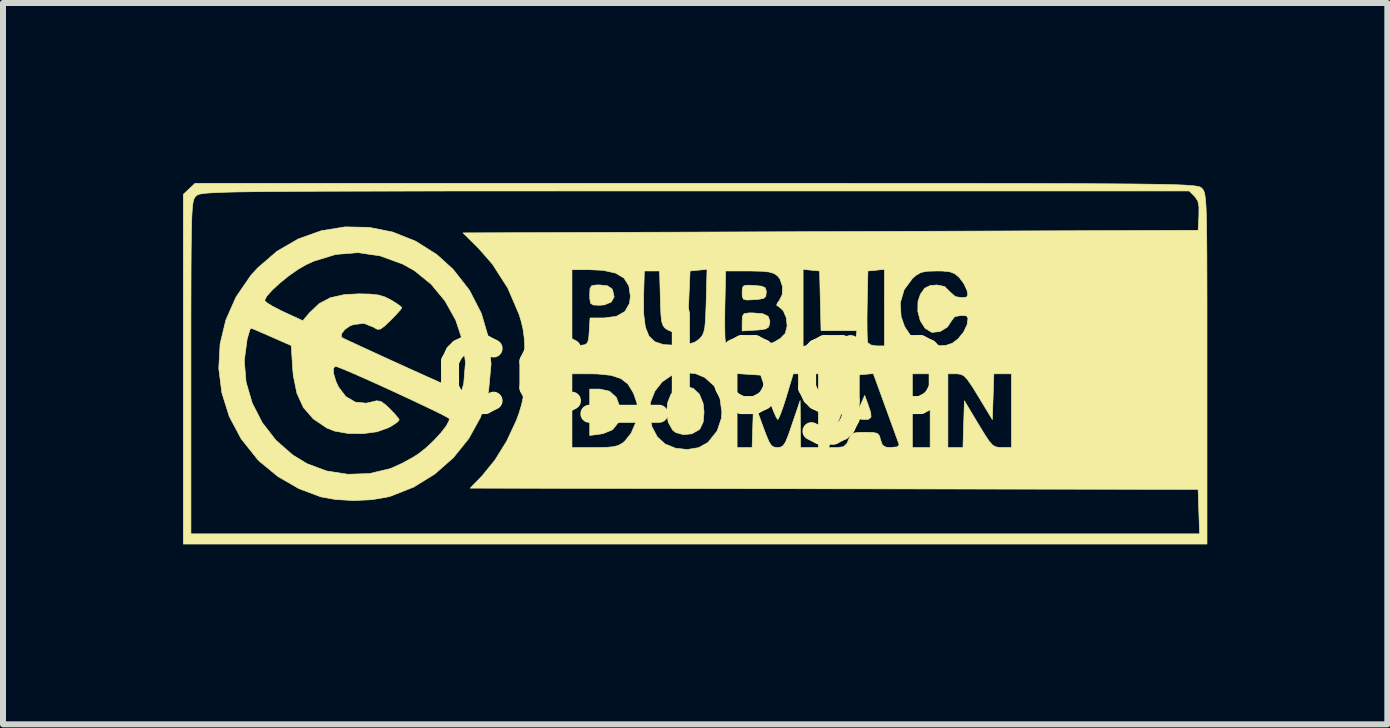
<source format=kicad_pcb>
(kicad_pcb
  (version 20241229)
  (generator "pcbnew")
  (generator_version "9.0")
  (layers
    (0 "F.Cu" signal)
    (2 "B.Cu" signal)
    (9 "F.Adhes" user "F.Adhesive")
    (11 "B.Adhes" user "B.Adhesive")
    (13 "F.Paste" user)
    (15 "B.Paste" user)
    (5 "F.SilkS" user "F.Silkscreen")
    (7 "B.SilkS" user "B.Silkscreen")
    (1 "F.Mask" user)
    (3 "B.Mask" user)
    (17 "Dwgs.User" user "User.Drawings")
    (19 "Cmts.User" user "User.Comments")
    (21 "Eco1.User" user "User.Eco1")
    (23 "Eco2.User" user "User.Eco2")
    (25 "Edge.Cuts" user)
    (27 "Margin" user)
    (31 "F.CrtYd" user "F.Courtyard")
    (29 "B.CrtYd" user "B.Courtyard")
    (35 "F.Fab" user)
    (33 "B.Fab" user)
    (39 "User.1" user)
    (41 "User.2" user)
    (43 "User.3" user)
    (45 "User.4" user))
  (footprint "cc_logo"
    (layer "F.Cu")
    (at 8.514 3.011)
    (property "Reference" "cc_logo" (at 0 0 0) (layer "F.SilkS") (effects (font (size 1.524 1.524) (thickness 0.3))))
    (attr through_hole)
    (fp_poly (pts (xy -1.407 0.459) (xy -1.293 0.561) (xy -1.234 0.72) (xy -1.228 0.805) (xy -1.259 0.98) (xy -1.355 1.1) (xy -1.515 1.166) (xy -1.556 1.172) (xy -1.736 1.196) (xy -1.736 0.423) (xy -1.569 0.423) (xy -1.407 0.459)) (stroke (width 0.01) (type solid)) (fill yes) (layer "F.SilkS"))
    (fp_poly (pts (xy 2.901 0.677) (xy 2.947 0.814) (xy 2.952 0.891) (xy 2.912 0.925) (xy 2.836 0.931) (xy 2.747 0.919) (xy 2.709 0.888) (xy 2.709 0.888) (xy 2.725 0.823) (xy 2.764 0.718) (xy 2.777 0.687) (xy 2.846 0.529) (xy 2.901 0.677)) (stroke (width 0.01) (type solid)) (fill yes) (layer "F.SilkS"))
    (fp_poly (pts (xy 1.146 -0.833) (xy 1.236 -0.79) (xy 1.266 -0.712) (xy 1.263 -0.673) (xy 1.245 -0.612) (xy 1.198 -0.58) (xy 1.1 -0.564) (xy 1.027 -0.559) (xy 0.804 -0.546) (xy 0.804 -0.696) (xy 0.809 -0.791) (xy 0.838 -0.834) (xy 0.915 -0.846) (xy 0.984 -0.846) (xy 1.146 -0.833)) (stroke (width 0.01) (type solid)) (fill yes) (layer "F.SilkS"))
    (fp_poly (pts (xy -1.44 -1.298) (xy -1.368 -1.249) (xy -1.355 -1.228) (xy -1.329 -1.114) (xy -1.377 -1.028) (xy -1.49 -0.98) (xy -1.568 -0.974) (xy -1.675 -0.978) (xy -1.723 -1.007) (xy -1.735 -1.084) (xy -1.736 -1.143) (xy -1.732 -1.251) (xy -1.703 -1.3) (xy -1.626 -1.312) (xy -1.568 -1.312) (xy -1.44 -1.298)) (stroke (width 0.01) (type solid)) (fill yes) (layer "F.SilkS"))
    (fp_poly (pts (xy 1.005 -1.304) (xy 1.127 -1.292) (xy 1.187 -1.267) (xy 1.205 -1.217) (xy 1.206 -1.185) (xy 1.198 -1.121) (xy 1.158 -1.087) (xy 1.065 -1.071) (xy 1.005 -1.067) (xy 0.884 -1.061) (xy 0.825 -1.075) (xy 0.806 -1.122) (xy 0.804 -1.185) (xy 0.808 -1.264) (xy 0.835 -1.301) (xy 0.908 -1.309) (xy 1.005 -1.304)) (stroke (width 0.01) (type solid)) (fill yes) (layer "F.SilkS"))
    (fp_poly (pts (xy -0.011 0.411) (xy 0.092 0.509) (xy 0.155 0.666) (xy 0.169 0.81) (xy 0.155 0.971) (xy 0.106 1.077) (xy 0.085 1.101) (xy -0.032 1.168) (xy -0.173 1.183) (xy -0.303 1.147) (xy -0.355 1.106) (xy -0.427 0.976) (xy -0.454 0.815) (xy -0.438 0.65) (xy -0.382 0.509) (xy -0.293 0.422) (xy -0.143 0.379) (xy -0.011 0.411)) (stroke (width 0.01) (type solid)) (fill yes) (layer "F.SilkS"))
    (fp_poly (pts (xy -5.412 -2.272) (xy -5.017 -2.193) (xy -4.638 -2.042) (xy -4.286 -1.82) (xy -4.011 -1.571) (xy -3.739 -1.222) (xy -3.542 -0.838) (xy -3.421 -0.426) (xy -3.38 0.005) (xy -3.421 0.448) (xy -3.434 0.516) (xy -3.556 0.894) (xy -3.752 1.248) (xy -4.009 1.567) (xy -4.319 1.84) (xy -4.671 2.057) (xy -5.054 2.208) (xy -5.103 2.221) (xy -5.369 2.267) (xy -5.673 2.281) (xy -5.974 2.263) (xy -6.218 2.219) (xy -6.582 2.083) (xy -6.931 1.881) (xy -7.236 1.631) (xy -7.273 1.593) (xy -7.545 1.252) (xy -7.743 0.88) (xy -7.867 0.485) (xy -7.918 0.079) (xy -7.911 -0.05) (xy -7.493 -0.05) (xy -7.463 0.307) (xy -7.361 0.655) (xy -7.194 0.982) (xy -6.967 1.275) (xy -6.686 1.521) (xy -6.446 1.667) (xy -6.121 1.788) (xy -5.766 1.843) (xy -5.406 1.831) (xy -5.065 1.75) (xy -5.039 1.74) (xy -4.868 1.663) (xy -4.683 1.562) (xy -4.587 1.501) (xy -4.46 1.4) (xy -4.331 1.278) (xy -4.214 1.151) (xy -4.125 1.035) (xy -4.079 0.947) (xy -4.076 0.916) (xy -4.116 0.89) (xy -4.221 0.835) (xy -4.377 0.759) (xy -4.572 0.666) (xy -4.793 0.562) (xy -5.026 0.454) (xy -5.26 0.347) (xy -5.481 0.248) (xy -5.676 0.162) (xy -5.833 0.095) (xy -5.938 0.054) (xy -5.976 0.042) (xy -6.008 0.077) (xy -6.004 0.166) (xy -5.967 0.291) (xy -5.924 0.386) (xy -5.802 0.547) (xy -5.643 0.64) (xy -5.462 0.658) (xy -5.379 0.64) (xy -5.287 0.618) (xy -5.219 0.628) (xy -5.144 0.68) (xy -5.07 0.75) (xy -4.98 0.844) (xy -4.922 0.915) (xy -4.911 0.939) (xy -4.945 0.976) (xy -5.032 1.034) (xy -5.091 1.067) (xy -5.283 1.135) (xy -5.518 1.166) (xy -5.764 1.162) (xy -5.988 1.123) (xy -6.117 1.072) (xy -6.343 0.919) (xy -6.508 0.73) (xy -6.616 0.493) (xy -6.676 0.198) (xy -6.687 0.071) (xy -6.71 -0.302) (xy -7.04 -0.447) (xy -7.191 -0.513) (xy -7.309 -0.564) (xy -7.376 -0.59) (xy -7.384 -0.593) (xy -7.402 -0.556) (xy -7.43 -0.462) (xy -7.446 -0.405) (xy -7.493 -0.05) (xy -7.911 -0.05) (xy -7.896 -0.329) (xy -7.8 -0.729) (xy -7.656 -1.054) (xy -7.154 -1.054) (xy -7.119 -1.017) (xy -7.023 -0.958) (xy -6.886 -0.887) (xy -6.836 -0.863) (xy -6.517 -0.716) (xy -6.407 -0.847) (xy -6.246 -1) (xy -6.059 -1.099) (xy -5.827 -1.151) (xy -5.588 -1.164) (xy -5.395 -1.16) (xy -5.259 -1.145) (xy -5.151 -1.113) (xy -5.048 -1.061) (xy -4.944 -0.997) (xy -4.879 -0.947) (xy -4.868 -0.932) (xy -4.896 -0.891) (xy -4.969 -0.811) (xy -5.055 -0.723) (xy -5.159 -0.624) (xy -5.225 -0.577) (xy -5.275 -0.572) (xy -5.329 -0.602) (xy -5.34 -0.609) (xy -5.498 -0.672) (xy -5.673 -0.652) (xy -5.732 -0.629) (xy -5.816 -0.572) (xy -5.87 -0.501) (xy -5.875 -0.443) (xy -5.871 -0.439) (xy -5.83 -0.417) (xy -5.724 -0.367) (xy -5.566 -0.294) (xy -5.369 -0.203) (xy -5.145 -0.1) (xy -4.907 0.008) (xy -4.667 0.117) (xy -4.439 0.22) (xy -4.235 0.311) (xy -4.067 0.386) (xy -3.949 0.438) (xy -3.892 0.461) (xy -3.889 0.462) (xy -3.864 0.428) (xy -3.838 0.341) (xy -3.836 0.333) (xy -3.807 -0.022) (xy -3.854 -0.379) (xy -3.969 -0.725) (xy -4.147 -1.045) (xy -4.379 -1.325) (xy -4.659 -1.552) (xy -4.85 -1.659) (xy -5.229 -1.797) (xy -5.6 -1.851) (xy -5.968 -1.821) (xy -6.337 -1.708) (xy -6.463 -1.65) (xy -6.601 -1.57) (xy -6.752 -1.464) (xy -6.899 -1.345) (xy -7.026 -1.228) (xy -7.117 -1.127) (xy -7.154 -1.057) (xy -7.154 -1.054) (xy -7.656 -1.054) (xy -7.63 -1.112) (xy -7.387 -1.466) (xy -7.273 -1.593) (xy -6.949 -1.873) (xy -6.591 -2.08) (xy -6.209 -2.216) (xy -5.812 -2.28) (xy -5.412 -2.272)) (stroke (width 0.01) (type solid)) (fill yes) (layer "F.SilkS"))
    (fp_poly (pts (xy 1.022 -3.006) (xy 1.929 -3.006) (xy 2.758 -3.005) (xy 3.513 -3.005) (xy 4.198 -3.005) (xy 4.815 -3.004) (xy 5.369 -3.004) (xy 5.863 -3.002) (xy 6.3 -3.001) (xy 6.684 -2.999) (xy 7.019 -2.997) (xy 7.307 -2.995) (xy 7.554 -2.992) (xy 7.761 -2.989) (xy 7.933 -2.985) (xy 8.073 -2.981) (xy 8.184 -2.976) (xy 8.271 -2.97) (xy 8.336 -2.964) (xy 8.384 -2.957) (xy 8.417 -2.95) (xy 8.439 -2.942) (xy 8.454 -2.933) (xy 8.465 -2.923) (xy 8.467 -2.921) (xy 8.483 -2.903) (xy 8.497 -2.879) (xy 8.509 -2.844) (xy 8.519 -2.792) (xy 8.528 -2.716) (xy 8.535 -2.611) (xy 8.54 -2.47) (xy 8.544 -2.287) (xy 8.547 -2.057) (xy 8.549 -1.773) (xy 8.55 -1.429) (xy 8.551 -1.019) (xy 8.551 -0.537) (xy 8.551 0.023) (xy 8.551 3.006) (xy -8.509 3.006) (xy -8.509 0.064) (xy -8.382 0.064) (xy -8.382 2.836) (xy 8.428 2.836) (xy 8.415 2.466) (xy 8.403 2.095) (xy 2.338 2.085) (xy -3.728 2.074) (xy -3.533 1.873) (xy -3.316 1.607) (xy -3.118 1.287) (xy -2.958 0.944) (xy -2.915 0.826) (xy -2.87 0.678) (xy -2.841 0.538) (xy -2.824 0.379) (xy -2.816 0.178) (xy -2.816 0.169) (xy -2.032 0.169) (xy -2.032 1.397) (xy -1.654 1.397) (xy -1.468 1.395) (xy -1.343 1.384) (xy -1.258 1.362) (xy -1.189 1.322) (xy -1.154 1.294) (xy -1.047 1.16) (xy -0.968 0.979) (xy -0.943 0.843) (xy -0.742 0.843) (xy -0.699 1.051) (xy -0.609 1.221) (xy -0.48 1.338) (xy -0.304 1.409) (xy -0.109 1.43) (xy 0.078 1.399) (xy 0.082 1.397) (xy 0.72 1.397) (xy 0.97 1.397) (xy 0.995 0.614) (xy 1.136 1.005) (xy 1.203 1.186) (xy 1.252 1.3) (xy 1.293 1.364) (xy 1.337 1.391) (xy 1.392 1.397) (xy 1.446 1.391) (xy 1.489 1.364) (xy 1.529 1.302) (xy 1.575 1.188) (xy 1.637 1.008) (xy 1.638 1.005) (xy 1.771 0.614) (xy 1.778 1.397) (xy 2.074 1.397) (xy 2.246 1.397) (xy 2.389 1.397) (xy 2.494 1.384) (xy 2.551 1.33) (xy 2.576 1.27) (xy 2.608 1.197) (xy 2.653 1.159) (xy 2.738 1.145) (xy 2.852 1.143) (xy 2.986 1.146) (xy 3.058 1.162) (xy 3.093 1.203) (xy 3.111 1.27) (xy 3.142 1.356) (xy 3.2 1.391) (xy 3.289 1.397) (xy 3.394 1.385) (xy 3.42 1.349) (xy 3.419 1.344) (xy 3.398 1.287) (xy 3.354 1.166) (xy 3.293 0.997) (xy 3.22 0.797) (xy 3.195 0.728) (xy 2.992 0.169) (xy 3.641 0.169) (xy 3.641 1.397) (xy 3.937 1.397) (xy 3.937 0.169) (xy 4.233 0.169) (xy 4.233 1.397) (xy 4.484 1.397) (xy 4.496 1.007) (xy 4.508 0.618) (xy 4.741 1.007) (xy 4.846 1.179) (xy 4.92 1.291) (xy 4.977 1.356) (xy 5.031 1.386) (xy 5.093 1.396) (xy 5.133 1.396) (xy 5.292 1.397) (xy 5.292 0.169) (xy 4.999 0.169) (xy 4.974 0.931) (xy 4.743 0.55) (xy 4.638 0.379) (xy 4.562 0.269) (xy 4.504 0.206) (xy 4.45 0.177) (xy 4.388 0.169) (xy 4.373 0.169) (xy 4.233 0.169) (xy 3.937 0.169) (xy 3.641 0.169) (xy 2.992 0.169) (xy 2.99 0.165) (xy 2.843 0.178) (xy 2.795 0.181) (xy 2.757 0.187) (xy 2.724 0.206) (xy 2.691 0.248) (xy 2.653 0.322) (xy 2.604 0.438) (xy 2.539 0.606) (xy 2.454 0.836) (xy 2.368 1.069) (xy 2.246 1.397) (xy 2.074 1.397) (xy 2.074 0.169) (xy 1.655 0.169) (xy 1.541 0.55) (xy 1.488 0.715) (xy 1.442 0.844) (xy 1.408 0.919) (xy 1.398 0.931) (xy 1.372 0.894) (xy 1.328 0.794) (xy 1.272 0.649) (xy 1.241 0.561) (xy 1.113 0.191) (xy 0.916 0.178) (xy 0.72 0.165) (xy 0.72 1.397) (xy 0.082 1.397) (xy 0.232 1.314) (xy 0.238 1.308) (xy 0.388 1.12) (xy 0.459 0.908) (xy 0.466 0.809) (xy 0.433 0.564) (xy 0.336 0.368) (xy 0.18 0.229) (xy 0.026 0.165) (xy -0.185 0.145) (xy -0.373 0.196) (xy -0.53 0.304) (xy -0.65 0.457) (xy -0.723 0.641) (xy -0.742 0.843) (xy -0.943 0.843) (xy -0.933 0.788) (xy -0.932 0.757) (xy -0.95 0.657) (xy -0.994 0.525) (xy -1.016 0.475) (xy -1.1 0.339) (xy -1.216 0.248) (xy -1.38 0.194) (xy -1.606 0.171) (xy -1.713 0.169) (xy -2.032 0.169) (xy -2.816 0.169) (xy -2.815 0) (xy -2.818 -0.245) (xy -2.828 -0.431) (xy -2.848 -0.581) (xy -2.882 -0.721) (xy -2.915 -0.826) (xy -3.102 -1.261) (xy -3.298 -1.566) (xy -2.032 -1.566) (xy -2.032 -0.291) (xy -2.007 -0.293) (xy 1.82 -0.293) (xy 2.254 -0.305) (xy 2.688 -0.318) (xy 2.702 -0.434) (xy 2.715 -0.55) (xy 2.119 -0.55) (xy 2.114 -0.761) (xy 2.885 -0.761) (xy 2.886 -0.575) (xy 2.889 -0.435) (xy 2.895 -0.358) (xy 2.897 -0.351) (xy 2.95 -0.312) (xy 3.047 -0.296) (xy 3.175 -0.296) (xy 3.175 -1.016) (xy 3.44 -1.016) (xy 3.453 -0.785) (xy 3.512 -0.617) (xy 3.627 -0.446) (xy 3.78 -0.343) (xy 3.985 -0.3) (xy 4.053 -0.297) (xy 4.202 -0.306) (xy 4.307 -0.341) (xy 4.402 -0.413) (xy 4.493 -0.524) (xy 4.552 -0.647) (xy 4.556 -0.667) (xy 4.568 -0.76) (xy 4.541 -0.798) (xy 4.454 -0.804) (xy 4.453 -0.804) (xy 4.346 -0.784) (xy 4.296 -0.719) (xy 4.224 -0.61) (xy 4.105 -0.537) (xy 3.976 -0.522) (xy 3.959 -0.525) (xy 3.852 -0.592) (xy 3.773 -0.716) (xy 3.732 -0.871) (xy 3.734 -1.035) (xy 3.774 -1.156) (xy 3.845 -1.257) (xy 3.937 -1.302) (xy 4.052 -1.312) (xy 4.178 -1.286) (xy 4.258 -1.206) (xy 4.355 -1.119) (xy 4.454 -1.101) (xy 4.542 -1.108) (xy 4.565 -1.148) (xy 4.553 -1.217) (xy 4.502 -1.33) (xy 4.421 -1.439) (xy 4.42 -1.439) (xy 4.349 -1.499) (xy 4.267 -1.531) (xy 4.146 -1.544) (xy 4.045 -1.545) (xy 3.889 -1.541) (xy 3.787 -1.521) (xy 3.708 -1.477) (xy 3.643 -1.421) (xy 3.504 -1.233) (xy 3.44 -1.016) (xy 3.175 -1.016) (xy 3.175 -1.572) (xy 3.037 -1.558) (xy 2.9 -1.545) (xy 2.888 -0.976) (xy 2.885 -0.761) (xy 2.114 -0.761) (xy 2.107 -1.048) (xy 2.095 -1.545) (xy 1.958 -1.558) (xy 1.82 -1.572) (xy 1.82 -0.293) (xy -2.007 -0.293) (xy -1.894 -0.304) (xy -1.814 -0.317) (xy -1.772 -0.349) (xy -1.753 -0.423) (xy -1.744 -0.54) (xy -1.731 -0.762) (xy -1.499 -0.762) (xy -1.292 -0.789) (xy -1.15 -0.87) (xy -1.073 -1.004) (xy -1.06 -1.11) (xy -0.838 -1.11) (xy -0.836 -0.823) (xy -0.809 -0.61) (xy -0.749 -0.46) (xy -0.651 -0.366) (xy -0.507 -0.318) (xy -0.312 -0.308) (xy -0.264 -0.31) (xy -0.096 -0.325) (xy 0.014 -0.357) (xy 0.093 -0.413) (xy 0.096 -0.416) (xy 0.136 -0.463) (xy 0.163 -0.52) (xy 0.182 -0.605) (xy 0.193 -0.733) (xy 0.194 -0.761) (xy 0.514 -0.761) (xy 0.515 -0.575) (xy 0.518 -0.435) (xy 0.525 -0.358) (xy 0.527 -0.351) (xy 0.579 -0.321) (xy 0.692 -0.302) (xy 0.843 -0.296) (xy 1.01 -0.301) (xy 1.17 -0.317) (xy 1.299 -0.345) (xy 1.331 -0.356) (xy 1.442 -0.422) (xy 1.52 -0.502) (xy 1.524 -0.509) (xy 1.554 -0.63) (xy 1.54 -0.766) (xy 1.49 -0.882) (xy 1.437 -0.933) (xy 1.379 -0.974) (xy 1.395 -1.019) (xy 1.417 -1.042) (xy 1.472 -1.15) (xy 1.477 -1.287) (xy 1.433 -1.414) (xy 1.393 -1.464) (xy 1.335 -1.504) (xy 1.253 -1.528) (xy 1.129 -1.541) (xy 0.942 -1.545) (xy 0.917 -1.545) (xy 0.529 -1.545) (xy 0.517 -0.976) (xy 0.514 -0.761) (xy 0.194 -0.761) (xy 0.201 -0.921) (xy 0.205 -1.041) (xy 0.219 -1.572) (xy 0.078 -1.559) (xy -0.064 -1.545) (xy -0.085 -1.059) (xy -0.094 -0.85) (xy -0.105 -0.711) (xy -0.119 -0.624) (xy -0.143 -0.576) (xy -0.178 -0.549) (xy -0.219 -0.534) (xy -0.334 -0.518) (xy -0.44 -0.565) (xy -0.488 -0.6) (xy -0.519 -0.645) (xy -0.539 -0.714) (xy -0.55 -0.827) (xy -0.557 -1.001) (xy -0.559 -1.09) (xy -0.572 -1.545) (xy -0.826 -1.545) (xy -0.838 -1.11) (xy -1.06 -1.11) (xy -1.058 -1.123) (xy -1.084 -1.298) (xy -1.164 -1.426) (xy -1.305 -1.51) (xy -1.514 -1.556) (xy -1.734 -1.566) (xy -2.032 -1.566) (xy -3.298 -1.566) (xy -3.355 -1.656) (xy -3.591 -1.926) (xy -3.847 -2.18) (xy 2.278 -2.201) (xy 8.403 -2.223) (xy 8.416 -2.464) (xy 8.417 -2.615) (xy 8.398 -2.712) (xy 8.351 -2.782) (xy 8.342 -2.792) (xy 8.255 -2.879) (xy 0.021 -2.879) (xy -0.96 -2.879) (xy -1.86 -2.879) (xy -2.682 -2.878) (xy -3.43 -2.878) (xy -4.108 -2.878) (xy -4.718 -2.877) (xy -5.266 -2.876) (xy -5.753 -2.875) (xy -6.184 -2.874) (xy -6.562 -2.872) (xy -6.891 -2.87) (xy -7.175 -2.868) (xy -7.416 -2.865) (xy -7.618 -2.862) (xy -7.786 -2.858) (xy -7.921 -2.853) (xy -8.029 -2.848) (xy -8.113 -2.843) (xy -8.175 -2.836) (xy -8.22 -2.829) (xy -8.251 -2.822) (xy -8.272 -2.813) (xy -8.287 -2.804) (xy -8.297 -2.794) (xy -8.314 -2.775) (xy -8.329 -2.751) (xy -8.341 -2.715) (xy -8.351 -2.661) (xy -8.359 -2.584) (xy -8.366 -2.475) (xy -8.371 -2.33) (xy -8.375 -2.143) (xy -8.378 -1.906) (xy -8.38 -1.614) (xy -8.381 -1.261) (xy -8.382 -0.84) (xy -8.382 -0.345) (xy -8.382 0.064) (xy -8.509 0.064) (xy -8.509 -2.822) (xy -8.411 -2.914) (xy -8.313 -3.006) (xy 0.034 -3.006) (xy 1.022 -3.006)) (stroke (width 0.01) (type solid)) (fill yes) (layer "F.SilkS")))
  (gr_rect
    (start -3 -3)
    (end 20.07 9.021)
    (stroke (width 0.1) (type default))
    (fill no)
    (layer "Edge.Cuts")))
</source>
